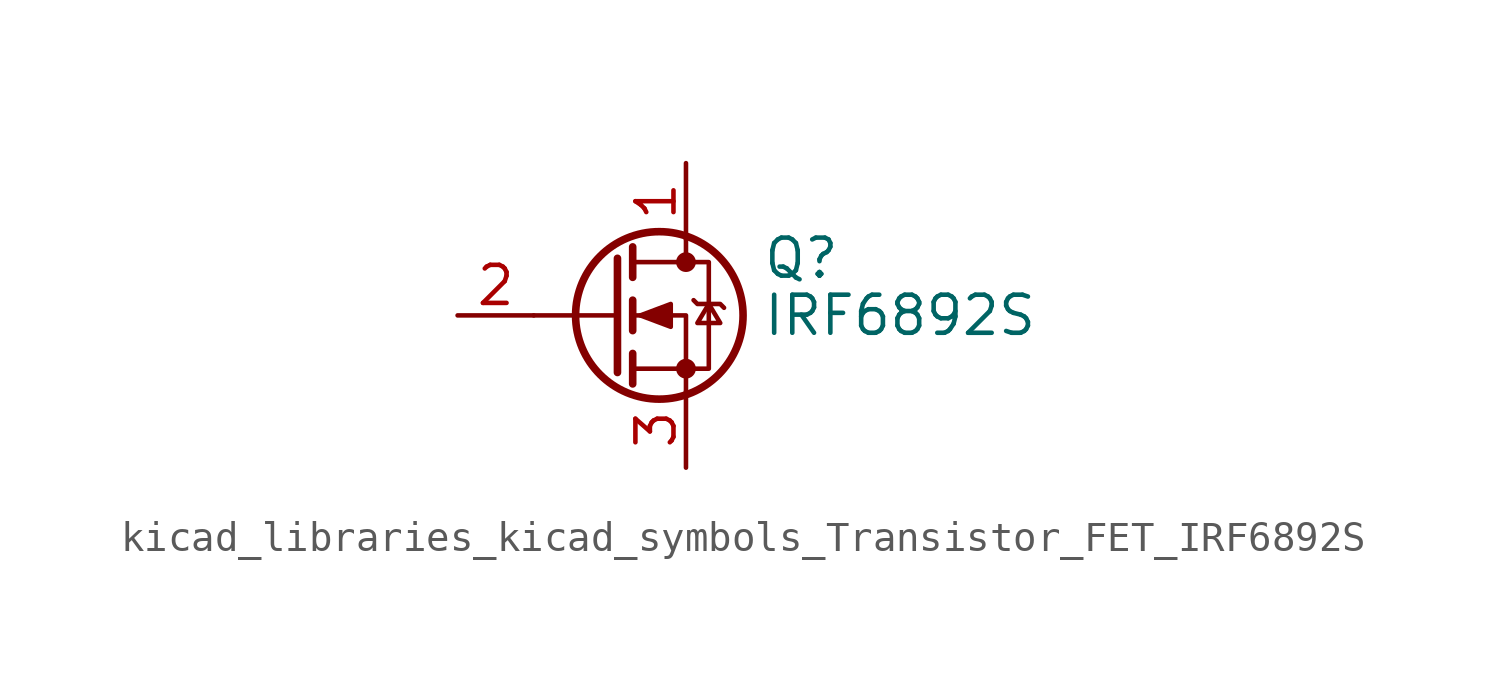
<source format=kicad_sym>
(kicad_symbol_lib
  (version 20220914)
  (generator kicad_symbol_editor)
  (symbol "kicad_libraries_kicad_symbols_Transistor_FET_IRF6892S"
    (pin_names hide)
    (property "Reference" "Q"
      (at 5.08 1.905 0)
      (effects (font (size 1.27 1.27)) (justify left)))
    (property "Value" "IRF6892S"
      (at 5.08 0 0)
      (effects (font (size 1.27 1.27)) (justify left)))
    (symbol "kicad_libraries_kicad_symbols_Transistor_FET_IRF6892S_0_1"
      (polyline (pts (xy 0.254 0) (xy -2.54 0)) (stroke (width 0) (type default)) (fill (type none)))
      (polyline (pts (xy 0.254 1.905) (xy 0.254 -1.905)) (stroke (width 0.254) (type default)) (fill (type none)))
      (polyline (pts (xy 0.762 -1.27) (xy 0.762 -2.286)) (stroke (width 0.254) (type default)) (fill (type none)))
      (polyline (pts (xy 0.762 0.508) (xy 0.762 -0.508)) (stroke (width 0.254) (type default)) (fill (type none)))
      (polyline (pts (xy 0.762 2.286) (xy 0.762 1.27)) (stroke (width 0.254) (type default)) (fill (type none)))
      (polyline (pts (xy 2.54 2.54) (xy 2.54 1.778)) (stroke (width 0) (type default)) (fill (type none)))
      (polyline (pts (xy 2.54 -2.54) (xy 2.54 0) (xy 0.762 0)) (stroke (width 0) (type default)) (fill (type none)))
      (polyline (pts (xy 0.762 -1.778) (xy 3.302 -1.778) (xy 3.302 1.778) (xy 0.762 1.778)) (stroke (width 0) (type default)) (fill (type none)))
      (polyline (pts (xy 1.016 0) (xy 2.032 0.381) (xy 2.032 -0.381) (xy 1.016 0)) (stroke (width 0) (type default)) (fill (type outline)))
      (polyline (pts (xy 2.794 0.508) (xy 2.921 0.381) (xy 3.683 0.381) (xy 3.81 0.254)) (stroke (width 0) (type default)) (fill (type none)))
      (polyline (pts (xy 3.302 0.381) (xy 2.921 -0.254) (xy 3.683 -0.254) (xy 3.302 0.381)) (stroke (width 0) (type default)) (fill (type none)))
      (circle (center 1.651 0) (radius 2.794) (stroke (width 0.254) (type default)) (fill (type none)))
      (circle (center 2.54 -1.778) (radius 0.254) (stroke (width 0) (type default)) (fill (type outline)))
      (circle (center 2.54 1.778) (radius 0.254) (stroke (width 0) (type default)) (fill (type outline))))
    (symbol "kicad_libraries_kicad_symbols_Transistor_FET_IRF6892S_1_1"
      (pin passive line (at 2.54 5.08 270) (length 2.54) (name "D" (effects (font (size 1.27 1.27)))) (number "1" (effects (font (size 1.27 1.27)))))
      (pin input line (at -5.08 0 0) (length 2.54) (name "G" (effects (font (size 1.27 1.27)))) (number "2" (effects (font (size 1.27 1.27)))))
      (pin passive line (at 2.54 -5.08 90) (length 2.54) (name "S" (effects (font (size 1.27 1.27)))) (number "3" (effects (font (size 1.27 1.27))))))))
</source>
